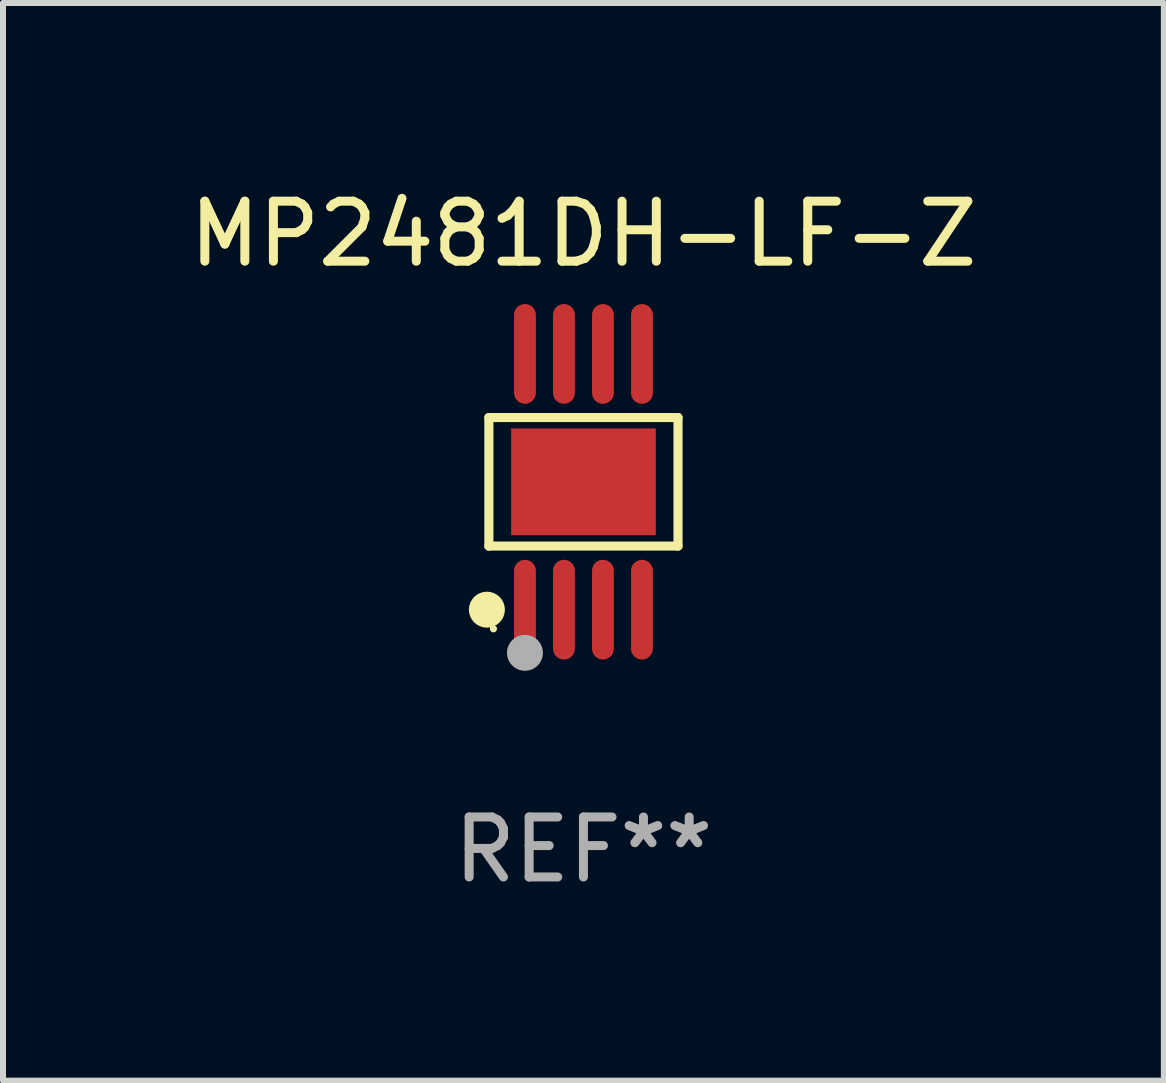
<source format=kicad_pcb>
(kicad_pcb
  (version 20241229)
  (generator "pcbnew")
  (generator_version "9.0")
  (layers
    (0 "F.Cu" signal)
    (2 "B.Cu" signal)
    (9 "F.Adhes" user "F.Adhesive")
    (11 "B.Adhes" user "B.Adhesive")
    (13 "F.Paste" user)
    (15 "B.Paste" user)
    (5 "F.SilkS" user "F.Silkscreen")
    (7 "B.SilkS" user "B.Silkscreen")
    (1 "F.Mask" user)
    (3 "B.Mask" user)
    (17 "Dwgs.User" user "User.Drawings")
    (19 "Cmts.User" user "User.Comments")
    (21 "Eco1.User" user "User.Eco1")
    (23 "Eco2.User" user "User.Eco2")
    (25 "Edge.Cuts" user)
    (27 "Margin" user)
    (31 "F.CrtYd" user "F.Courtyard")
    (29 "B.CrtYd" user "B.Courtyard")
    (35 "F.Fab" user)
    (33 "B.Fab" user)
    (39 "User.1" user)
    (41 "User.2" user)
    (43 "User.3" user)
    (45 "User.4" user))
  (footprint "MP2481DH-LF-Z"
    (layer "F.Cu")
    (at 6.673 4.979)
    (property "Reference" "MP2481DH-LF-Z" (at 0 -4.131 0) (layer "F.SilkS") (effects (font (size 1 1) (thickness 0.15))))
    (attr through_hole)
    (fp_line (start -1.576 -1.071) (end 1.576 -1.071) (stroke (width 0.152) (type solid)) (layer "F.SilkS"))
    (fp_line (start -1.576 1.071) (end -1.576 -1.071) (stroke (width 0.152) (type solid)) (layer "F.SilkS"))
    (fp_line (start 1.576 -1.071) (end 1.576 1.071) (stroke (width 0.152) (type solid)) (layer "F.SilkS"))
    (fp_line (start 1.576 1.071) (end -1.576 1.071) (stroke (width 0.152) (type solid)) (layer "F.SilkS"))
    (fp_circle (center -1.609 2.131) (end -1.459 2.131) (stroke (width 0.3) (type solid)) (fill no) (layer "F.SilkS"))
    (fp_circle (center -1.5 2.45) (end -1.47 2.45) (stroke (width 0.06) (type solid)) (fill no) (layer "F.SilkS"))
    (fp_circle (center -0.975 2.85) (end -0.825 2.85) (stroke (width 0.3) (type solid)) (fill no) (layer "F.Fab"))
    (fp_text user "REF**" (at 0 6.131 0) (layer "F.Fab") (effects (font (size 1 1) (thickness 0.15))))
    (pad "1" smd oval (at -0.975 2.131) (size 0.364 1.662) (layers "F.Cu" "F.Mask" "F.Paste"))
    (pad "2" smd oval (at -0.325 2.131) (size 0.364 1.662) (layers "F.Cu" "F.Mask" "F.Paste"))
    (pad "3" smd oval (at 0.325 2.131) (size 0.364 1.662) (layers "F.Cu" "F.Mask" "F.Paste"))
    (pad "4" smd oval (at 0.975 2.131) (size 0.364 1.662) (layers "F.Cu" "F.Mask" "F.Paste"))
    (pad "5" smd oval (at 0.975 -2.131) (size 0.364 1.662) (layers "F.Cu" "F.Mask" "F.Paste"))
    (pad "6" smd oval (at 0.325 -2.131) (size 0.364 1.662) (layers "F.Cu" "F.Mask" "F.Paste"))
    (pad "7" smd oval (at -0.325 -2.131) (size 0.364 1.662) (layers "F.Cu" "F.Mask" "F.Paste"))
    (pad "8" smd oval (at -0.975 -2.131) (size 0.364 1.662) (layers "F.Cu" "F.Mask" "F.Paste"))
    (pad "9" smd rect (at 0 0) (size 2.41 1.78) (layers "F.Cu" "F.Mask" "F.Paste")))
  (gr_rect
    (start -3 -3)
    (end 16.345 14.959)
    (stroke (width 0.1) (type default))
    (fill no)
    (layer "Edge.Cuts")))
</source>
